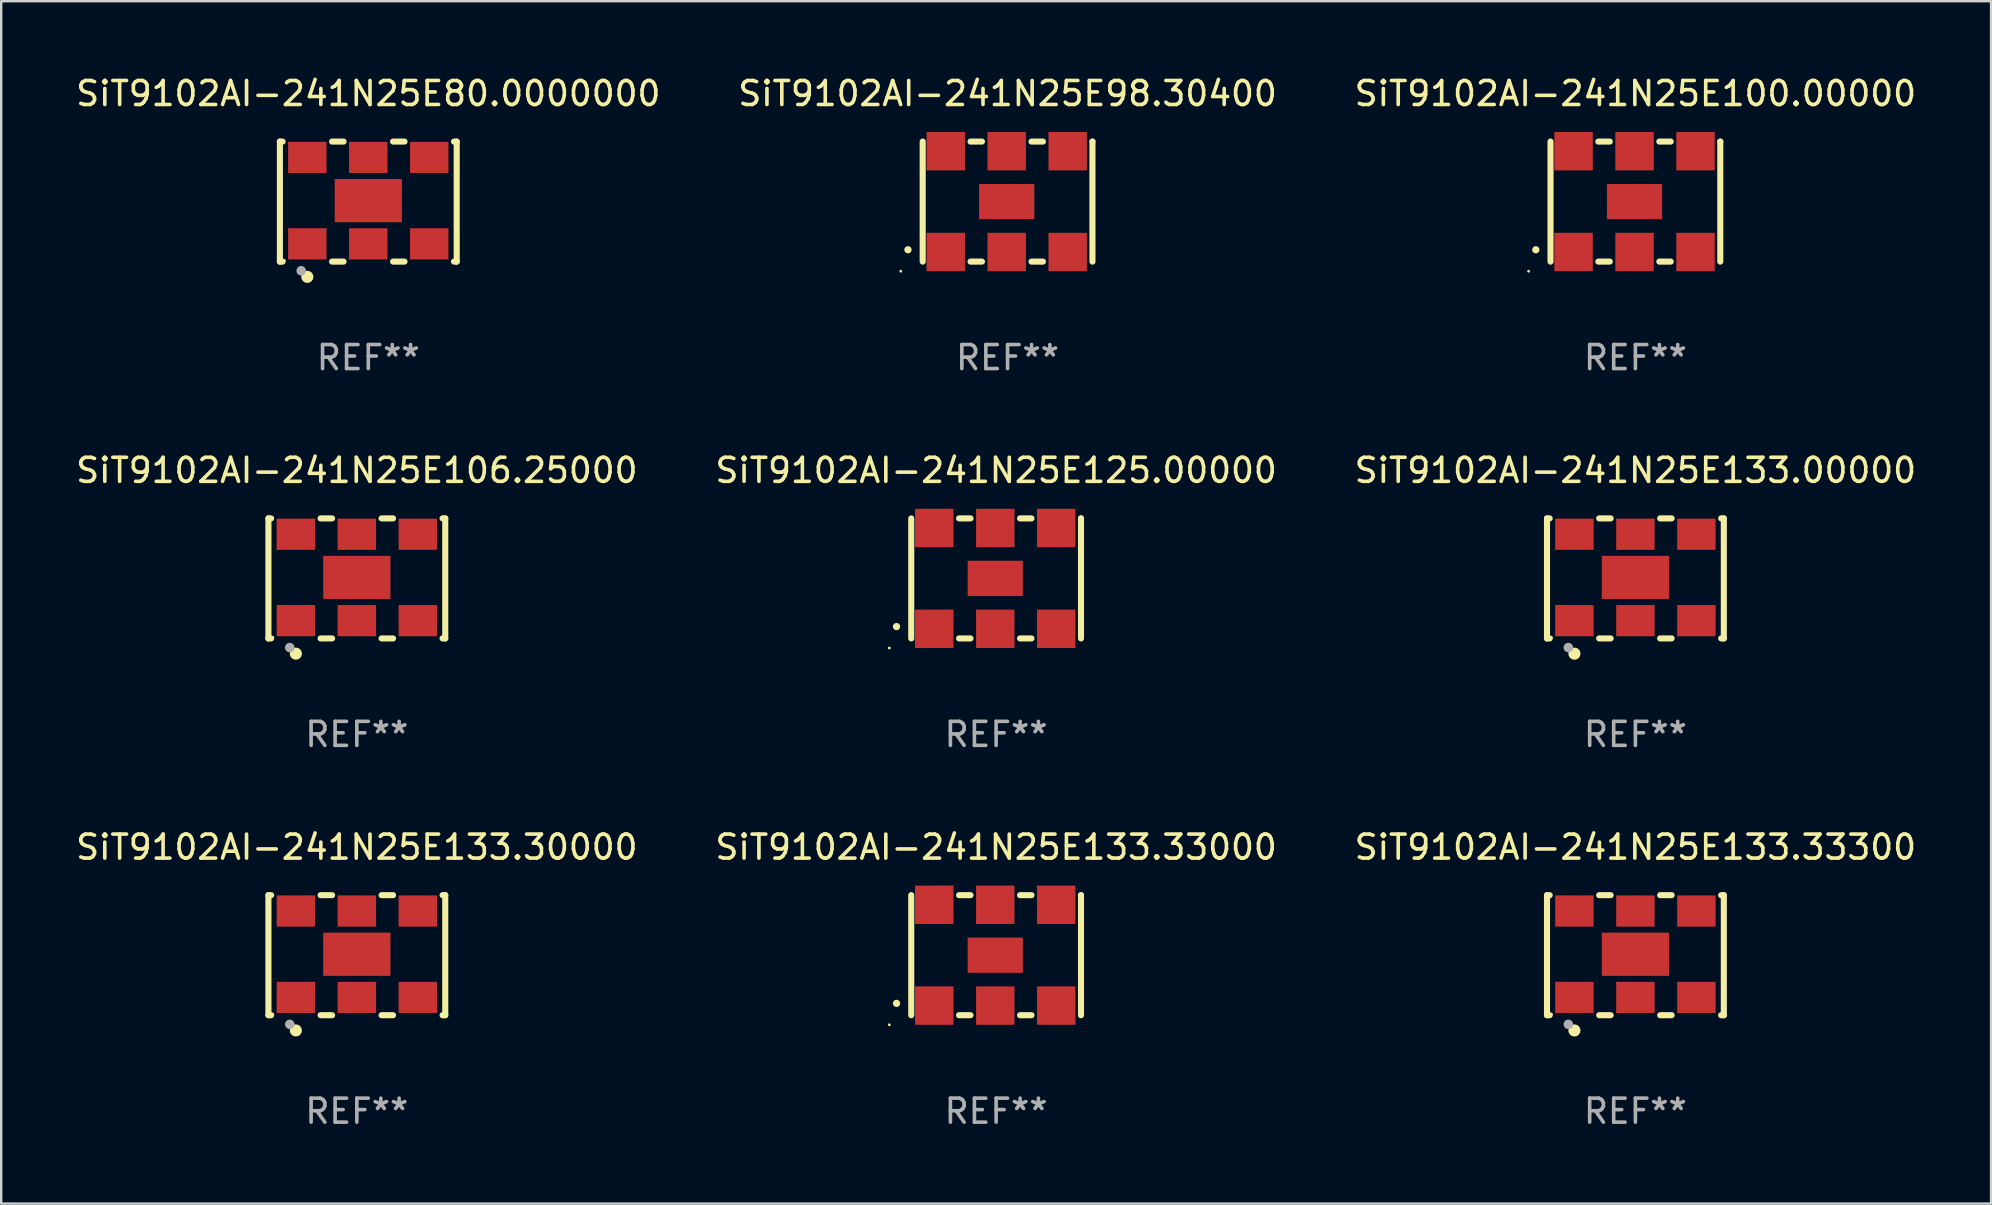
<source format=kicad_pcb>
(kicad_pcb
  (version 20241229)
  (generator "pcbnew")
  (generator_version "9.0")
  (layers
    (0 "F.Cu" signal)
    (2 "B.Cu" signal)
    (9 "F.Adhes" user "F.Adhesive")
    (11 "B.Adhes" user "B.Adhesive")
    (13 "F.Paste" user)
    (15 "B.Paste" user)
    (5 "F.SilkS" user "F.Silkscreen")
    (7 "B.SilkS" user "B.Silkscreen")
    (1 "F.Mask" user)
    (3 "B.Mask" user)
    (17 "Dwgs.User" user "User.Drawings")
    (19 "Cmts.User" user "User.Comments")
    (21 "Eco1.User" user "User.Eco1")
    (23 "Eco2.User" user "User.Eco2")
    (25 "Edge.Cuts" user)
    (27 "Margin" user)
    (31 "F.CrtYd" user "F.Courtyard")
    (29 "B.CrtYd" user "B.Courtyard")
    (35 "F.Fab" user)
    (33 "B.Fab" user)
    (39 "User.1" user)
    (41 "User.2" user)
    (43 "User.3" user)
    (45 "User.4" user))
  (footprint "SiT9102AI-241N25E80.0000000"
    (layer "F.Cu")
    (at 12.292 5.348)
    (property "Reference" "SiT9102AI-241N25E80.0000000" (at 0 -4.5 0) (layer "F.SilkS") (effects (font (size 1 1) (thickness 0.15))))
    (attr through_hole)
    (fp_line (start -3.683 -2.5) (end -3.571 -2.5) (stroke (width 0.254) (type solid)) (layer "F.SilkS"))
    (fp_line (start -3.683 2.5) (end -3.683 -2.5) (stroke (width 0.254) (type solid)) (layer "F.SilkS"))
    (fp_line (start -3.683 2.5) (end -3.571 2.5) (stroke (width 0.254) (type solid)) (layer "F.SilkS"))
    (fp_line (start -1.509 -2.5) (end -1.031 -2.5) (stroke (width 0.254) (type solid)) (layer "F.SilkS"))
    (fp_line (start -1.509 2.5) (end -1.031 2.5) (stroke (width 0.254) (type solid)) (layer "F.SilkS"))
    (fp_line (start 1.031 -2.5) (end 1.509 -2.5) (stroke (width 0.254) (type solid)) (layer "F.SilkS"))
    (fp_line (start 1.031 2.5) (end 1.509 2.5) (stroke (width 0.254) (type solid)) (layer "F.SilkS"))
    (fp_line (start 3.571 -2.5) (end 3.683 -2.5) (stroke (width 0.254) (type solid)) (layer "F.SilkS"))
    (fp_line (start 3.571 2.5) (end 3.683 2.5) (stroke (width 0.254) (type solid)) (layer "F.SilkS"))
    (fp_line (start 3.683 2.5) (end 3.683 -2.5) (stroke (width 0.254) (type solid)) (layer "F.SilkS"))
    (fp_circle (center -3.5 2.46) (end -3.47 2.46) (stroke (width 0.06) (type solid)) (fill no) (layer "F.SilkS"))
    (fp_circle (center -2.54 3.135) (end -2.413 3.135) (stroke (width 0.254) (type solid)) (fill no) (layer "F.SilkS"))
    (fp_circle (center -2.794 2.881) (end -2.694 2.881) (stroke (width 0.2) (type solid)) (fill no) (layer "F.Fab"))
    (fp_text user "REF**" (at 0 6.5 0) (layer "F.Fab") (effects (font (size 1 1) (thickness 0.15))))
    (pad "1" smd rect (at -2.54 1.76) (size 1.6 1.3) (layers "F.Cu" "F.Mask" "F.Paste"))
    (pad "2" smd rect (at 0 1.76) (size 1.6 1.3) (layers "F.Cu" "F.Mask" "F.Paste"))
    (pad "3" smd rect (at 2.54 1.76) (size 1.6 1.3) (layers "F.Cu" "F.Mask" "F.Paste"))
    (pad "4" smd rect (at 2.54 -1.84) (size 1.6 1.3) (layers "F.Cu" "F.Mask" "F.Paste"))
    (pad "5" smd rect (at 0 -1.84) (size 1.6 1.3) (layers "F.Cu" "F.Mask" "F.Paste"))
    (pad "6" smd rect (at -2.54 -1.84) (size 1.6 1.3) (layers "F.Cu" "F.Mask" "F.Paste"))
    (pad "7" smd rect (at 0 -0.04) (size 2.8 1.8) (layers "F.Cu" "F.Mask" "F.Paste")))
  (footprint "SiT9102AI-241N25E133.00000"
    (layer "F.Cu")
    (at 65.077 21.045)
    (property "Reference" "SiT9102AI-241N25E133.00000" (at 0 -4.5 0) (layer "F.SilkS") (effects (font (size 1 1) (thickness 0.15))))
    (attr through_hole)
    (fp_line (start -3.683 -2.5) (end -3.571 -2.5) (stroke (width 0.254) (type solid)) (layer "F.SilkS"))
    (fp_line (start -3.683 2.5) (end -3.683 -2.5) (stroke (width 0.254) (type solid)) (layer "F.SilkS"))
    (fp_line (start -3.683 2.5) (end -3.571 2.5) (stroke (width 0.254) (type solid)) (layer "F.SilkS"))
    (fp_line (start -1.509 -2.5) (end -1.031 -2.5) (stroke (width 0.254) (type solid)) (layer "F.SilkS"))
    (fp_line (start -1.509 2.5) (end -1.031 2.5) (stroke (width 0.254) (type solid)) (layer "F.SilkS"))
    (fp_line (start 1.031 -2.5) (end 1.509 -2.5) (stroke (width 0.254) (type solid)) (layer "F.SilkS"))
    (fp_line (start 1.031 2.5) (end 1.509 2.5) (stroke (width 0.254) (type solid)) (layer "F.SilkS"))
    (fp_line (start 3.571 -2.5) (end 3.683 -2.5) (stroke (width 0.254) (type solid)) (layer "F.SilkS"))
    (fp_line (start 3.571 2.5) (end 3.683 2.5) (stroke (width 0.254) (type solid)) (layer "F.SilkS"))
    (fp_line (start 3.683 2.5) (end 3.683 -2.5) (stroke (width 0.254) (type solid)) (layer "F.SilkS"))
    (fp_circle (center -3.5 2.46) (end -3.47 2.46) (stroke (width 0.06) (type solid)) (fill no) (layer "F.SilkS"))
    (fp_circle (center -2.54 3.135) (end -2.413 3.135) (stroke (width 0.254) (type solid)) (fill no) (layer "F.SilkS"))
    (fp_circle (center -2.794 2.881) (end -2.694 2.881) (stroke (width 0.2) (type solid)) (fill no) (layer "F.Fab"))
    (fp_text user "REF**" (at 0 6.5 0) (layer "F.Fab") (effects (font (size 1 1) (thickness 0.15))))
    (pad "1" smd rect (at -2.54 1.76) (size 1.6 1.3) (layers "F.Cu" "F.Mask" "F.Paste"))
    (pad "2" smd rect (at 0 1.76) (size 1.6 1.3) (layers "F.Cu" "F.Mask" "F.Paste"))
    (pad "3" smd rect (at 2.54 1.76) (size 1.6 1.3) (layers "F.Cu" "F.Mask" "F.Paste"))
    (pad "4" smd rect (at 2.54 -1.84) (size 1.6 1.3) (layers "F.Cu" "F.Mask" "F.Paste"))
    (pad "5" smd rect (at 0 -1.84) (size 1.6 1.3) (layers "F.Cu" "F.Mask" "F.Paste"))
    (pad "6" smd rect (at -2.54 -1.84) (size 1.6 1.3) (layers "F.Cu" "F.Mask" "F.Paste"))
    (pad "7" smd rect (at 0 -0.04) (size 2.8 1.8) (layers "F.Cu" "F.Mask" "F.Paste")))
  (footprint "SiT9102AI-241N25E100.00000"
    (layer "F.Cu")
    (at 65.077 5.348)
    (property "Reference" "SiT9102AI-241N25E100.00000" (at 0 -4.5 0) (layer "F.SilkS") (effects (font (size 1 1) (thickness 0.15))))
    (attr through_hole)
    (fp_line (start -3.536 -2.5) (end -3.536 2.5) (stroke (width 0.254) (type solid)) (layer "F.SilkS"))
    (fp_line (start -1.544 2.5) (end -1.067 2.5) (stroke (width 0.254) (type solid)) (layer "F.SilkS"))
    (fp_line (start -1.067 -2.5) (end -1.544 -2.5) (stroke (width 0.254) (type solid)) (layer "F.SilkS"))
    (fp_line (start 0.996 2.5) (end 1.473 2.5) (stroke (width 0.254) (type solid)) (layer "F.SilkS"))
    (fp_line (start 1.473 -2.5) (end 0.996 -2.5) (stroke (width 0.254) (type solid)) (layer "F.SilkS"))
    (fp_line (start 3.536 -2.5) (end 3.536 -2.5) (stroke (width 0.254) (type solid)) (layer "F.SilkS"))
    (fp_line (start 3.536 2.5) (end 3.536 -2.5) (stroke (width 0.254) (type solid)) (layer "F.SilkS"))
    (fp_arc (start -4.150432 2.006604) (mid -4.149162 2.006599) (end -4.147892 2.006604) (stroke (width 0.3) (type solid)) (layer "F.SilkS"))
    (fp_circle (center -4.449 2.9) (end -4.419 2.9) (stroke (width 0.06) (type solid)) (fill no) (layer "F.SilkS"))
    (fp_text user "REF**" (at 0 6.5 0) (layer "F.Fab") (effects (font (size 1 1) (thickness 0.15))))
    (pad "1" smd rect (at -2.576 2.1) (size 1.6 1.6) (layers "F.Cu" "F.Mask" "F.Paste"))
    (pad "2" smd rect (at -0.036 2.1) (size 1.6 1.6) (layers "F.Cu" "F.Mask" "F.Paste"))
    (pad "3" smd rect (at 2.504 2.1) (size 1.6 1.6) (layers "F.Cu" "F.Mask" "F.Paste"))
    (pad "4" smd rect (at 2.504 -2.1) (size 1.6 1.6) (layers "F.Cu" "F.Mask" "F.Paste"))
    (pad "5" smd rect (at -0.036 -2.1) (size 1.6 1.6) (layers "F.Cu" "F.Mask" "F.Paste"))
    (pad "6" smd rect (at -2.576 -2.1) (size 1.6 1.6) (layers "F.Cu" "F.Mask" "F.Paste"))
    (pad "7" smd rect (at -0.036 0) (size 2.3 1.47) (layers "F.Cu" "F.Mask" "F.Paste")))
  (footprint "SiT9102AI-241N25E125.00000"
    (layer "F.Cu")
    (at 38.446 21.045)
    (property "Reference" "SiT9102AI-241N25E125.00000" (at 0 -4.5 0) (layer "F.SilkS") (effects (font (size 1 1) (thickness 0.15))))
    (attr through_hole)
    (fp_line (start -3.536 -2.5) (end -3.536 2.5) (stroke (width 0.254) (type solid)) (layer "F.SilkS"))
    (fp_line (start -1.544 2.5) (end -1.067 2.5) (stroke (width 0.254) (type solid)) (layer "F.SilkS"))
    (fp_line (start -1.067 -2.5) (end -1.544 -2.5) (stroke (width 0.254) (type solid)) (layer "F.SilkS"))
    (fp_line (start 0.996 2.5) (end 1.473 2.5) (stroke (width 0.254) (type solid)) (layer "F.SilkS"))
    (fp_line (start 1.473 -2.5) (end 0.996 -2.5) (stroke (width 0.254) (type solid)) (layer "F.SilkS"))
    (fp_line (start 3.536 -2.5) (end 3.536 -2.5) (stroke (width 0.254) (type solid)) (layer "F.SilkS"))
    (fp_line (start 3.536 2.5) (end 3.536 -2.5) (stroke (width 0.254) (type solid)) (layer "F.SilkS"))
    (fp_arc (start -4.150432 2.006604) (mid -4.149162 2.006599) (end -4.147892 2.006604) (stroke (width 0.3) (type solid)) (layer "F.SilkS"))
    (fp_circle (center -4.449 2.9) (end -4.419 2.9) (stroke (width 0.06) (type solid)) (fill no) (layer "F.SilkS"))
    (fp_text user "REF**" (at 0 6.5 0) (layer "F.Fab") (effects (font (size 1 1) (thickness 0.15))))
    (pad "1" smd rect (at -2.576 2.1) (size 1.6 1.6) (layers "F.Cu" "F.Mask" "F.Paste"))
    (pad "2" smd rect (at -0.036 2.1) (size 1.6 1.6) (layers "F.Cu" "F.Mask" "F.Paste"))
    (pad "3" smd rect (at 2.504 2.1) (size 1.6 1.6) (layers "F.Cu" "F.Mask" "F.Paste"))
    (pad "4" smd rect (at 2.504 -2.1) (size 1.6 1.6) (layers "F.Cu" "F.Mask" "F.Paste"))
    (pad "5" smd rect (at -0.036 -2.1) (size 1.6 1.6) (layers "F.Cu" "F.Mask" "F.Paste"))
    (pad "6" smd rect (at -2.576 -2.1) (size 1.6 1.6) (layers "F.Cu" "F.Mask" "F.Paste"))
    (pad "7" smd rect (at -0.036 0) (size 2.3 1.47) (layers "F.Cu" "F.Mask" "F.Paste")))
  (footprint "SiT9102AI-241N25E133.33300"
    (layer "F.Cu")
    (at 65.077 36.741)
    (property "Reference" "SiT9102AI-241N25E133.33300" (at 0 -4.5 0) (layer "F.SilkS") (effects (font (size 1 1) (thickness 0.15))))
    (attr through_hole)
    (fp_line (start -3.683 -2.5) (end -3.571 -2.5) (stroke (width 0.254) (type solid)) (layer "F.SilkS"))
    (fp_line (start -3.683 2.5) (end -3.683 -2.5) (stroke (width 0.254) (type solid)) (layer "F.SilkS"))
    (fp_line (start -3.683 2.5) (end -3.571 2.5) (stroke (width 0.254) (type solid)) (layer "F.SilkS"))
    (fp_line (start -1.509 -2.5) (end -1.031 -2.5) (stroke (width 0.254) (type solid)) (layer "F.SilkS"))
    (fp_line (start -1.509 2.5) (end -1.031 2.5) (stroke (width 0.254) (type solid)) (layer "F.SilkS"))
    (fp_line (start 1.031 -2.5) (end 1.509 -2.5) (stroke (width 0.254) (type solid)) (layer "F.SilkS"))
    (fp_line (start 1.031 2.5) (end 1.509 2.5) (stroke (width 0.254) (type solid)) (layer "F.SilkS"))
    (fp_line (start 3.571 -2.5) (end 3.683 -2.5) (stroke (width 0.254) (type solid)) (layer "F.SilkS"))
    (fp_line (start 3.571 2.5) (end 3.683 2.5) (stroke (width 0.254) (type solid)) (layer "F.SilkS"))
    (fp_line (start 3.683 2.5) (end 3.683 -2.5) (stroke (width 0.254) (type solid)) (layer "F.SilkS"))
    (fp_circle (center -3.5 2.46) (end -3.47 2.46) (stroke (width 0.06) (type solid)) (fill no) (layer "F.SilkS"))
    (fp_circle (center -2.54 3.135) (end -2.413 3.135) (stroke (width 0.254) (type solid)) (fill no) (layer "F.SilkS"))
    (fp_circle (center -2.794 2.881) (end -2.694 2.881) (stroke (width 0.2) (type solid)) (fill no) (layer "F.Fab"))
    (fp_text user "REF**" (at 0 6.5 0) (layer "F.Fab") (effects (font (size 1 1) (thickness 0.15))))
    (pad "1" smd rect (at -2.54 1.76) (size 1.6 1.3) (layers "F.Cu" "F.Mask" "F.Paste"))
    (pad "2" smd rect (at 0 1.76) (size 1.6 1.3) (layers "F.Cu" "F.Mask" "F.Paste"))
    (pad "3" smd rect (at 2.54 1.76) (size 1.6 1.3) (layers "F.Cu" "F.Mask" "F.Paste"))
    (pad "4" smd rect (at 2.54 -1.84) (size 1.6 1.3) (layers "F.Cu" "F.Mask" "F.Paste"))
    (pad "5" smd rect (at 0 -1.84) (size 1.6 1.3) (layers "F.Cu" "F.Mask" "F.Paste"))
    (pad "6" smd rect (at -2.54 -1.84) (size 1.6 1.3) (layers "F.Cu" "F.Mask" "F.Paste"))
    (pad "7" smd rect (at 0 -0.04) (size 2.8 1.8) (layers "F.Cu" "F.Mask" "F.Paste")))
  (footprint "SiT9102AI-241N25E133.30000"
    (layer "F.Cu")
    (at 11.815 36.741)
    (property "Reference" "SiT9102AI-241N25E133.30000" (at 0 -4.5 0) (layer "F.SilkS") (effects (font (size 1 1) (thickness 0.15))))
    (attr through_hole)
    (fp_line (start -3.683 -2.5) (end -3.571 -2.5) (stroke (width 0.254) (type solid)) (layer "F.SilkS"))
    (fp_line (start -3.683 2.5) (end -3.683 -2.5) (stroke (width 0.254) (type solid)) (layer "F.SilkS"))
    (fp_line (start -3.683 2.5) (end -3.571 2.5) (stroke (width 0.254) (type solid)) (layer "F.SilkS"))
    (fp_line (start -1.509 -2.5) (end -1.031 -2.5) (stroke (width 0.254) (type solid)) (layer "F.SilkS"))
    (fp_line (start -1.509 2.5) (end -1.031 2.5) (stroke (width 0.254) (type solid)) (layer "F.SilkS"))
    (fp_line (start 1.031 -2.5) (end 1.509 -2.5) (stroke (width 0.254) (type solid)) (layer "F.SilkS"))
    (fp_line (start 1.031 2.5) (end 1.509 2.5) (stroke (width 0.254) (type solid)) (layer "F.SilkS"))
    (fp_line (start 3.571 -2.5) (end 3.683 -2.5) (stroke (width 0.254) (type solid)) (layer "F.SilkS"))
    (fp_line (start 3.571 2.5) (end 3.683 2.5) (stroke (width 0.254) (type solid)) (layer "F.SilkS"))
    (fp_line (start 3.683 2.5) (end 3.683 -2.5) (stroke (width 0.254) (type solid)) (layer "F.SilkS"))
    (fp_circle (center -3.5 2.46) (end -3.47 2.46) (stroke (width 0.06) (type solid)) (fill no) (layer "F.SilkS"))
    (fp_circle (center -2.54 3.135) (end -2.413 3.135) (stroke (width 0.254) (type solid)) (fill no) (layer "F.SilkS"))
    (fp_circle (center -2.794 2.881) (end -2.694 2.881) (stroke (width 0.2) (type solid)) (fill no) (layer "F.Fab"))
    (fp_text user "REF**" (at 0 6.5 0) (layer "F.Fab") (effects (font (size 1 1) (thickness 0.15))))
    (pad "1" smd rect (at -2.54 1.76) (size 1.6 1.3) (layers "F.Cu" "F.Mask" "F.Paste"))
    (pad "2" smd rect (at 0 1.76) (size 1.6 1.3) (layers "F.Cu" "F.Mask" "F.Paste"))
    (pad "3" smd rect (at 2.54 1.76) (size 1.6 1.3) (layers "F.Cu" "F.Mask" "F.Paste"))
    (pad "4" smd rect (at 2.54 -1.84) (size 1.6 1.3) (layers "F.Cu" "F.Mask" "F.Paste"))
    (pad "5" smd rect (at 0 -1.84) (size 1.6 1.3) (layers "F.Cu" "F.Mask" "F.Paste"))
    (pad "6" smd rect (at -2.54 -1.84) (size 1.6 1.3) (layers "F.Cu" "F.Mask" "F.Paste"))
    (pad "7" smd rect (at 0 -0.04) (size 2.8 1.8) (layers "F.Cu" "F.Mask" "F.Paste")))
  (footprint "SiT9102AI-241N25E133.33000"
    (layer "F.Cu")
    (at 38.446 36.741)
    (property "Reference" "SiT9102AI-241N25E133.33000" (at 0 -4.5 0) (layer "F.SilkS") (effects (font (size 1 1) (thickness 0.15))))
    (attr through_hole)
    (fp_line (start -3.536 -2.5) (end -3.536 2.5) (stroke (width 0.254) (type solid)) (layer "F.SilkS"))
    (fp_line (start -1.544 2.5) (end -1.067 2.5) (stroke (width 0.254) (type solid)) (layer "F.SilkS"))
    (fp_line (start -1.067 -2.5) (end -1.544 -2.5) (stroke (width 0.254) (type solid)) (layer "F.SilkS"))
    (fp_line (start 0.996 2.5) (end 1.473 2.5) (stroke (width 0.254) (type solid)) (layer "F.SilkS"))
    (fp_line (start 1.473 -2.5) (end 0.996 -2.5) (stroke (width 0.254) (type solid)) (layer "F.SilkS"))
    (fp_line (start 3.536 -2.5) (end 3.536 -2.5) (stroke (width 0.254) (type solid)) (layer "F.SilkS"))
    (fp_line (start 3.536 2.5) (end 3.536 -2.5) (stroke (width 0.254) (type solid)) (layer "F.SilkS"))
    (fp_arc (start -4.150432 2.006604) (mid -4.149162 2.006599) (end -4.147892 2.006604) (stroke (width 0.3) (type solid)) (layer "F.SilkS"))
    (fp_circle (center -4.449 2.9) (end -4.419 2.9) (stroke (width 0.06) (type solid)) (fill no) (layer "F.SilkS"))
    (fp_text user "REF**" (at 0 6.5 0) (layer "F.Fab") (effects (font (size 1 1) (thickness 0.15))))
    (pad "1" smd rect (at -2.576 2.1) (size 1.6 1.6) (layers "F.Cu" "F.Mask" "F.Paste"))
    (pad "2" smd rect (at -0.036 2.1) (size 1.6 1.6) (layers "F.Cu" "F.Mask" "F.Paste"))
    (pad "3" smd rect (at 2.504 2.1) (size 1.6 1.6) (layers "F.Cu" "F.Mask" "F.Paste"))
    (pad "4" smd rect (at 2.504 -2.1) (size 1.6 1.6) (layers "F.Cu" "F.Mask" "F.Paste"))
    (pad "5" smd rect (at -0.036 -2.1) (size 1.6 1.6) (layers "F.Cu" "F.Mask" "F.Paste"))
    (pad "6" smd rect (at -2.576 -2.1) (size 1.6 1.6) (layers "F.Cu" "F.Mask" "F.Paste"))
    (pad "7" smd rect (at -0.036 0) (size 2.3 1.47) (layers "F.Cu" "F.Mask" "F.Paste")))
  (footprint "SiT9102AI-241N25E106.25000"
    (layer "F.Cu")
    (at 11.815 21.045)
    (property "Reference" "SiT9102AI-241N25E106.25000" (at 0 -4.5 0) (layer "F.SilkS") (effects (font (size 1 1) (thickness 0.15))))
    (attr through_hole)
    (fp_line (start -3.683 -2.5) (end -3.571 -2.5) (stroke (width 0.254) (type solid)) (layer "F.SilkS"))
    (fp_line (start -3.683 2.5) (end -3.683 -2.5) (stroke (width 0.254) (type solid)) (layer "F.SilkS"))
    (fp_line (start -3.683 2.5) (end -3.571 2.5) (stroke (width 0.254) (type solid)) (layer "F.SilkS"))
    (fp_line (start -1.509 -2.5) (end -1.031 -2.5) (stroke (width 0.254) (type solid)) (layer "F.SilkS"))
    (fp_line (start -1.509 2.5) (end -1.031 2.5) (stroke (width 0.254) (type solid)) (layer "F.SilkS"))
    (fp_line (start 1.031 -2.5) (end 1.509 -2.5) (stroke (width 0.254) (type solid)) (layer "F.SilkS"))
    (fp_line (start 1.031 2.5) (end 1.509 2.5) (stroke (width 0.254) (type solid)) (layer "F.SilkS"))
    (fp_line (start 3.571 -2.5) (end 3.683 -2.5) (stroke (width 0.254) (type solid)) (layer "F.SilkS"))
    (fp_line (start 3.571 2.5) (end 3.683 2.5) (stroke (width 0.254) (type solid)) (layer "F.SilkS"))
    (fp_line (start 3.683 2.5) (end 3.683 -2.5) (stroke (width 0.254) (type solid)) (layer "F.SilkS"))
    (fp_circle (center -3.5 2.46) (end -3.47 2.46) (stroke (width 0.06) (type solid)) (fill no) (layer "F.SilkS"))
    (fp_circle (center -2.54 3.135) (end -2.413 3.135) (stroke (width 0.254) (type solid)) (fill no) (layer "F.SilkS"))
    (fp_circle (center -2.794 2.881) (end -2.694 2.881) (stroke (width 0.2) (type solid)) (fill no) (layer "F.Fab"))
    (fp_text user "REF**" (at 0 6.5 0) (layer "F.Fab") (effects (font (size 1 1) (thickness 0.15))))
    (pad "1" smd rect (at -2.54 1.76) (size 1.6 1.3) (layers "F.Cu" "F.Mask" "F.Paste"))
    (pad "2" smd rect (at 0 1.76) (size 1.6 1.3) (layers "F.Cu" "F.Mask" "F.Paste"))
    (pad "3" smd rect (at 2.54 1.76) (size 1.6 1.3) (layers "F.Cu" "F.Mask" "F.Paste"))
    (pad "4" smd rect (at 2.54 -1.84) (size 1.6 1.3) (layers "F.Cu" "F.Mask" "F.Paste"))
    (pad "5" smd rect (at 0 -1.84) (size 1.6 1.3) (layers "F.Cu" "F.Mask" "F.Paste"))
    (pad "6" smd rect (at -2.54 -1.84) (size 1.6 1.3) (layers "F.Cu" "F.Mask" "F.Paste"))
    (pad "7" smd rect (at 0 -0.04) (size 2.8 1.8) (layers "F.Cu" "F.Mask" "F.Paste")))
  (footprint "SiT9102AI-241N25E98.30400"
    (layer "F.Cu")
    (at 38.923 5.348)
    (property "Reference" "SiT9102AI-241N25E98.30400" (at 0 -4.5 0) (layer "F.SilkS") (effects (font (size 1 1) (thickness 0.15))))
    (attr through_hole)
    (fp_line (start -3.536 -2.5) (end -3.536 2.5) (stroke (width 0.254) (type solid)) (layer "F.SilkS"))
    (fp_line (start -1.544 2.5) (end -1.067 2.5) (stroke (width 0.254) (type solid)) (layer "F.SilkS"))
    (fp_line (start -1.067 -2.5) (end -1.544 -2.5) (stroke (width 0.254) (type solid)) (layer "F.SilkS"))
    (fp_line (start 0.996 2.5) (end 1.473 2.5) (stroke (width 0.254) (type solid)) (layer "F.SilkS"))
    (fp_line (start 1.473 -2.5) (end 0.996 -2.5) (stroke (width 0.254) (type solid)) (layer "F.SilkS"))
    (fp_line (start 3.536 -2.5) (end 3.536 -2.5) (stroke (width 0.254) (type solid)) (layer "F.SilkS"))
    (fp_line (start 3.536 2.5) (end 3.536 -2.5) (stroke (width 0.254) (type solid)) (layer "F.SilkS"))
    (fp_arc (start -4.150432 2.006604) (mid -4.149162 2.006599) (end -4.147892 2.006604) (stroke (width 0.3) (type solid)) (layer "F.SilkS"))
    (fp_circle (center -4.449 2.9) (end -4.419 2.9) (stroke (width 0.06) (type solid)) (fill no) (layer "F.SilkS"))
    (fp_text user "REF**" (at 0 6.5 0) (layer "F.Fab") (effects (font (size 1 1) (thickness 0.15))))
    (pad "1" smd rect (at -2.576 2.1) (size 1.6 1.6) (layers "F.Cu" "F.Mask" "F.Paste"))
    (pad "2" smd rect (at -0.036 2.1) (size 1.6 1.6) (layers "F.Cu" "F.Mask" "F.Paste"))
    (pad "3" smd rect (at 2.504 2.1) (size 1.6 1.6) (layers "F.Cu" "F.Mask" "F.Paste"))
    (pad "4" smd rect (at 2.504 -2.1) (size 1.6 1.6) (layers "F.Cu" "F.Mask" "F.Paste"))
    (pad "5" smd rect (at -0.036 -2.1) (size 1.6 1.6) (layers "F.Cu" "F.Mask" "F.Paste"))
    (pad "6" smd rect (at -2.576 -2.1) (size 1.6 1.6) (layers "F.Cu" "F.Mask" "F.Paste"))
    (pad "7" smd rect (at -0.036 0) (size 2.3 1.47) (layers "F.Cu" "F.Mask" "F.Paste")))
  (gr_rect
    (start -3 -3)
    (end 79.893 47.09)
    (stroke (width 0.1) (type default))
    (fill no)
    (layer "Edge.Cuts")))
</source>
